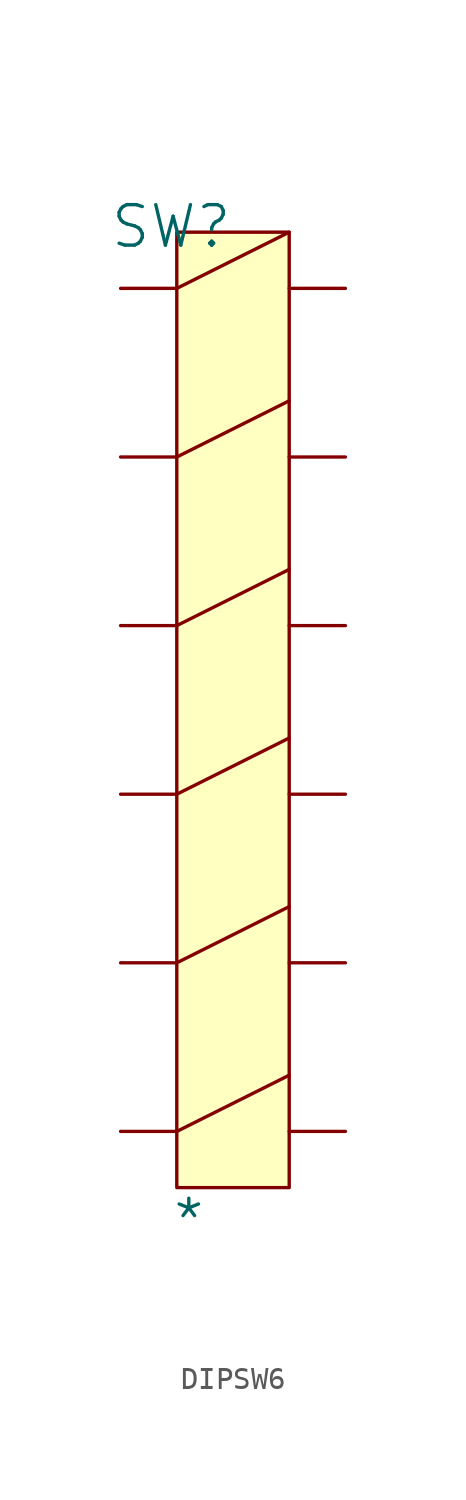
<source format=kicad_sym>
(kicad_symbol_lib
  (version 20241209)
  (generator "kicad_symbol_editor")
  (generator_version "9.0")
  (symbol "DIPSW6"
    (pin_numbers
      (hide yes))
    (pin_names
      (hide yes))
    (property "Reference" "SW"
      (at -0.254 0.254 0)
      (effects (font (size 1.829 1.829))))
    (property "Value" "*"
      (at -0.254 -45.72 0)
      (effects (font (size 1.829 1.829)) (justify left bottom)))
    (symbol "DIPSW6_1_0"
      (polyline (pts (xy 0 -2.54) (xy 5.08 0)) (stroke (width 0) (type solid)) (fill (type none)))
      (polyline (pts (xy 0 -10.16) (xy 5.08 -7.62)) (stroke (width 0) (type solid)) (fill (type none)))
      (polyline (pts (xy 0 -17.78) (xy 5.08 -15.24)) (stroke (width 0) (type solid)) (fill (type none)))
      (polyline (pts (xy 0 -25.4) (xy 5.08 -22.86)) (stroke (width 0) (type solid)) (fill (type none)))
      (polyline (pts (xy 0 -33.02) (xy 5.08 -30.48)) (stroke (width 0) (type solid)) (fill (type none)))
      (polyline (pts (xy 0 -40.64) (xy 5.08 -38.1)) (stroke (width 0) (type solid)) (fill (type none)))
      (rectangle (start 5.08 0) (end 0 -43.18) (stroke (width 0) (type solid) (color 128 0 0 1)) (fill (type background)))
      (pin passive line (at -2.54 -2.54 0) (length 2.54) (name "1" (effects (font (size 1.27 1.27)))) (number "1" (effects (font (size 1.27 1.27)))))
      (pin passive line (at -2.54 -10.16 0) (length 2.54) (name "2" (effects (font (size 1.27 1.27)))) (number "2" (effects (font (size 1.27 1.27)))))
      (pin passive line (at -2.54 -17.78 0) (length 2.54) (name "3" (effects (font (size 1.27 1.27)))) (number "3" (effects (font (size 1.27 1.27)))))
      (pin passive line (at -2.54 -25.4 0) (length 2.54) (name "4" (effects (font (size 1.27 1.27)))) (number "4" (effects (font (size 1.27 1.27)))))
      (pin passive line (at -2.54 -33.02 0) (length 2.54) (name "5" (effects (font (size 1.27 1.27)))) (number "5" (effects (font (size 1.27 1.27)))))
      (pin passive line (at -2.54 -40.64 0) (length 2.54) (name "6" (effects (font (size 1.27 1.27)))) (number "6" (effects (font (size 1.27 1.27)))))
      (pin passive line (at 7.62 -2.54 180) (length 2.54) (name "12" (effects (font (size 1.27 1.27)))) (number "12" (effects (font (size 1.27 1.27)))))
      (pin passive line (at 7.62 -10.16 180) (length 2.54) (name "11" (effects (font (size 1.27 1.27)))) (number "11" (effects (font (size 1.27 1.27)))))
      (pin passive line (at 7.62 -17.78 180) (length 2.54) (name "10" (effects (font (size 1.27 1.27)))) (number "10" (effects (font (size 1.27 1.27)))))
      (pin passive line (at 7.62 -25.4 180) (length 2.54) (name "9" (effects (font (size 1.27 1.27)))) (number "9" (effects (font (size 1.27 1.27)))))
      (pin passive line (at 7.62 -33.02 180) (length 2.54) (name "8" (effects (font (size 1.27 1.27)))) (number "8" (effects (font (size 1.27 1.27)))))
      (pin passive line (at 7.62 -40.64 180) (length 2.54) (name "7" (effects (font (size 1.27 1.27)))) (number "7" (effects (font (size 1.27 1.27))))))))
</source>
